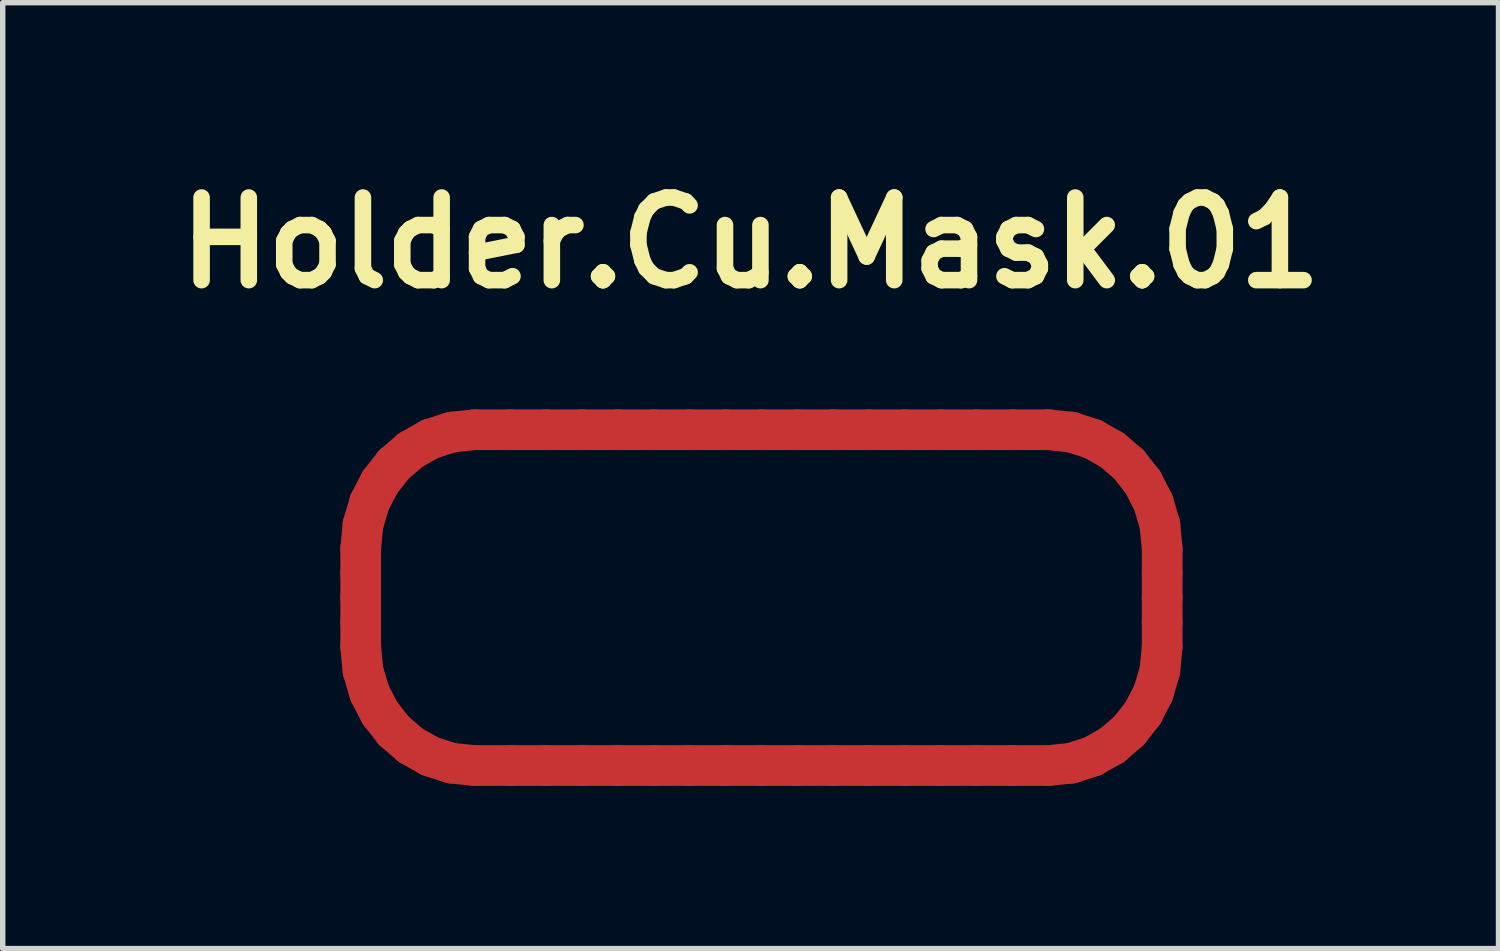
<source format=kicad_pcb>
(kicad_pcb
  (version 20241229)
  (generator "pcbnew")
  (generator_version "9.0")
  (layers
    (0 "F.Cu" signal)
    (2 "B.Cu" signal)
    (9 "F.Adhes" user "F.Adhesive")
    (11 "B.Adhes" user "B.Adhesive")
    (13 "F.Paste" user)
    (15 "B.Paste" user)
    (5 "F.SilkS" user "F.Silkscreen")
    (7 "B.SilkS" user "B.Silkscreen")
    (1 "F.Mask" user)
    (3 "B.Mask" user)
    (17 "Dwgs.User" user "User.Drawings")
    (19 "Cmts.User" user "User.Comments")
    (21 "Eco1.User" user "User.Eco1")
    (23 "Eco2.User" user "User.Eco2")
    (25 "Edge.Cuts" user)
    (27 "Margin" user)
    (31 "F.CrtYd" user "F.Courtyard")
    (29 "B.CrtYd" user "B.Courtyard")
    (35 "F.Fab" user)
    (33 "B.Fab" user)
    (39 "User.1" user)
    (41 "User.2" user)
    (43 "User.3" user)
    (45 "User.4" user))
  (footprint "Holder.Cu.Mask.01"
    (layer "F.Cu")
    (at 10.791 7.771)
    (property "Reference" "Holder.Cu.Mask.01" (at 0 -6.344 0) (layer "F.SilkS") (effects (font (size 1.524 1.524) (thickness 0.305))))
    (attr smd)
    (fp_line (start -7.19 -0.701) (end -7.148 -1.144) (stroke (width 0.75) (type solid)) (layer "F.Cu"))
    (fp_line (start -7.19 -0.25) (end -7.19 -0.701) (stroke (width 0.75) (type solid)) (layer "F.Cu"))
    (fp_line (start -7.19 0.2) (end -7.19 -0.25) (stroke (width 0.75) (type solid)) (layer "F.Cu"))
    (fp_line (start -7.19 0.65) (end -7.19 0.2) (stroke (width 0.75) (type solid)) (layer "F.Cu"))
    (fp_line (start -7.19 1.101) (end -7.19 0.65) (stroke (width 0.75) (type solid)) (layer "F.Cu"))
    (fp_line (start -7.148 -1.144) (end -7.026 -1.557) (stroke (width 0.75) (type solid)) (layer "F.Cu"))
    (fp_line (start -7.148 1.544) (end -7.19 1.101) (stroke (width 0.75) (type solid)) (layer "F.Cu"))
    (fp_line (start -7.026 -1.557) (end -6.833 -1.93) (stroke (width 0.75) (type solid)) (layer "F.Cu"))
    (fp_line (start -7.026 1.957) (end -7.148 1.544) (stroke (width 0.75) (type solid)) (layer "F.Cu"))
    (fp_line (start -6.833 -1.93) (end -6.577 -2.255) (stroke (width 0.75) (type solid)) (layer "F.Cu"))
    (fp_line (start -6.833 2.33) (end -7.026 1.957) (stroke (width 0.75) (type solid)) (layer "F.Cu"))
    (fp_line (start -6.577 -2.255) (end -6.267 -2.522) (stroke (width 0.75) (type solid)) (layer "F.Cu"))
    (fp_line (start -6.577 2.655) (end -6.833 2.33) (stroke (width 0.75) (type solid)) (layer "F.Cu"))
    (fp_line (start -6.267 -2.522) (end -5.911 -2.724) (stroke (width 0.75) (type solid)) (layer "F.Cu"))
    (fp_line (start -6.267 2.922) (end -6.577 2.655) (stroke (width 0.75) (type solid)) (layer "F.Cu"))
    (fp_line (start -5.911 -2.724) (end -5.517 -2.852) (stroke (width 0.75) (type solid)) (layer "F.Cu"))
    (fp_line (start -5.911 3.124) (end -6.267 2.922) (stroke (width 0.75) (type solid)) (layer "F.Cu"))
    (fp_line (start -5.517 -2.852) (end -5.094 -2.896) (stroke (width 0.75) (type solid)) (layer "F.Cu"))
    (fp_line (start -5.517 3.252) (end -5.911 3.124) (stroke (width 0.75) (type solid)) (layer "F.Cu"))
    (fp_line (start -5.094 -2.896) (end -4.432 -2.896) (stroke (width 0.75) (type solid)) (layer "F.Cu"))
    (fp_line (start -5.094 3.296) (end -5.517 3.252) (stroke (width 0.75) (type solid)) (layer "F.Cu"))
    (fp_line (start -4.432 -2.896) (end -3.77 -2.896) (stroke (width 0.75) (type solid)) (layer "F.Cu"))
    (fp_line (start -4.432 3.296) (end -5.094 3.296) (stroke (width 0.75) (type solid)) (layer "F.Cu"))
    (fp_line (start -3.77 -2.896) (end -3.109 -2.896) (stroke (width 0.75) (type solid)) (layer "F.Cu"))
    (fp_line (start -3.77 3.296) (end -4.432 3.296) (stroke (width 0.75) (type solid)) (layer "F.Cu"))
    (fp_line (start -3.109 -2.896) (end -2.447 -2.896) (stroke (width 0.75) (type solid)) (layer "F.Cu"))
    (fp_line (start -3.109 3.296) (end -3.77 3.296) (stroke (width 0.75) (type solid)) (layer "F.Cu"))
    (fp_line (start -2.447 -2.896) (end -1.785 -2.896) (stroke (width 0.75) (type solid)) (layer "F.Cu"))
    (fp_line (start -2.447 3.296) (end -3.109 3.296) (stroke (width 0.75) (type solid)) (layer "F.Cu"))
    (fp_line (start -1.785 -2.896) (end -1.124 -2.896) (stroke (width 0.75) (type solid)) (layer "F.Cu"))
    (fp_line (start -1.785 3.296) (end -2.447 3.296) (stroke (width 0.75) (type solid)) (layer "F.Cu"))
    (fp_line (start -1.124 -2.896) (end -0.462 -2.896) (stroke (width 0.75) (type solid)) (layer "F.Cu"))
    (fp_line (start -1.123 3.296) (end -1.785 3.296) (stroke (width 0.75) (type solid)) (layer "F.Cu"))
    (fp_line (start -0.462 -2.896) (end 0.2 -2.896) (stroke (width 0.75) (type solid)) (layer "F.Cu"))
    (fp_line (start -0.462 3.296) (end -1.123 3.296) (stroke (width 0.75) (type solid)) (layer "F.Cu"))
    (fp_line (start 0.2 -2.896) (end 0.862 -2.896) (stroke (width 0.75) (type solid)) (layer "F.Cu"))
    (fp_line (start 0.2 3.296) (end -0.462 3.296) (stroke (width 0.75) (type solid)) (layer "F.Cu"))
    (fp_line (start 0.862 -2.896) (end 1.523 -2.896) (stroke (width 0.75) (type solid)) (layer "F.Cu"))
    (fp_line (start 0.862 3.296) (end 0.2 3.296) (stroke (width 0.75) (type solid)) (layer "F.Cu"))
    (fp_line (start 1.523 -2.896) (end 2.185 -2.896) (stroke (width 0.75) (type solid)) (layer "F.Cu"))
    (fp_line (start 1.524 3.296) (end 0.862 3.296) (stroke (width 0.75) (type solid)) (layer "F.Cu"))
    (fp_line (start 2.185 -2.896) (end 2.847 -2.896) (stroke (width 0.75) (type solid)) (layer "F.Cu"))
    (fp_line (start 2.185 3.296) (end 1.524 3.296) (stroke (width 0.75) (type solid)) (layer "F.Cu"))
    (fp_line (start 2.847 -2.896) (end 3.509 -2.896) (stroke (width 0.75) (type solid)) (layer "F.Cu"))
    (fp_line (start 2.847 3.296) (end 2.185 3.296) (stroke (width 0.75) (type solid)) (layer "F.Cu"))
    (fp_line (start 3.509 -2.896) (end 4.17 -2.896) (stroke (width 0.75) (type solid)) (layer "F.Cu"))
    (fp_line (start 3.509 3.296) (end 2.847 3.296) (stroke (width 0.75) (type solid)) (layer "F.Cu"))
    (fp_line (start 4.17 -2.896) (end 4.832 -2.896) (stroke (width 0.75) (type solid)) (layer "F.Cu"))
    (fp_line (start 4.17 3.296) (end 3.509 3.296) (stroke (width 0.75) (type solid)) (layer "F.Cu"))
    (fp_line (start 4.832 -2.896) (end 5.494 -2.896) (stroke (width 0.75) (type solid)) (layer "F.Cu"))
    (fp_line (start 4.832 3.296) (end 4.17 3.296) (stroke (width 0.75) (type solid)) (layer "F.Cu"))
    (fp_line (start 5.494 -2.896) (end 5.917 -2.852) (stroke (width 0.75) (type solid)) (layer "F.Cu"))
    (fp_line (start 5.494 3.296) (end 4.832 3.296) (stroke (width 0.75) (type solid)) (layer "F.Cu"))
    (fp_line (start 5.917 -2.852) (end 6.311 -2.724) (stroke (width 0.75) (type solid)) (layer "F.Cu"))
    (fp_line (start 5.917 3.252) (end 5.494 3.296) (stroke (width 0.75) (type solid)) (layer "F.Cu"))
    (fp_line (start 6.311 -2.724) (end 6.667 -2.522) (stroke (width 0.75) (type solid)) (layer "F.Cu"))
    (fp_line (start 6.311 3.124) (end 5.917 3.252) (stroke (width 0.75) (type solid)) (layer "F.Cu"))
    (fp_line (start 6.667 -2.522) (end 6.977 -2.255) (stroke (width 0.75) (type solid)) (layer "F.Cu"))
    (fp_line (start 6.667 2.922) (end 6.311 3.124) (stroke (width 0.75) (type solid)) (layer "F.Cu"))
    (fp_line (start 6.977 -2.255) (end 7.233 -1.93) (stroke (width 0.75) (type solid)) (layer "F.Cu"))
    (fp_line (start 6.977 2.655) (end 6.667 2.922) (stroke (width 0.75) (type solid)) (layer "F.Cu"))
    (fp_line (start 7.233 -1.93) (end 7.426 -1.557) (stroke (width 0.75) (type solid)) (layer "F.Cu"))
    (fp_line (start 7.233 2.33) (end 6.977 2.655) (stroke (width 0.75) (type solid)) (layer "F.Cu"))
    (fp_line (start 7.426 -1.557) (end 7.548 -1.144) (stroke (width 0.75) (type solid)) (layer "F.Cu"))
    (fp_line (start 7.426 1.957) (end 7.233 2.33) (stroke (width 0.75) (type solid)) (layer "F.Cu"))
    (fp_line (start 7.548 -1.144) (end 7.59 -0.701) (stroke (width 0.75) (type solid)) (layer "F.Cu"))
    (fp_line (start 7.548 1.544) (end 7.426 1.957) (stroke (width 0.75) (type solid)) (layer "F.Cu"))
    (fp_line (start 7.59 -0.701) (end 7.59 -0.25) (stroke (width 0.75) (type solid)) (layer "F.Cu"))
    (fp_line (start 7.59 -0.25) (end 7.59 0.2) (stroke (width 0.75) (type solid)) (layer "F.Cu"))
    (fp_line (start 7.59 0.2) (end 7.59 0.65) (stroke (width 0.75) (type solid)) (layer "F.Cu"))
    (fp_line (start 7.59 0.65) (end 7.59 1.101) (stroke (width 0.75) (type solid)) (layer "F.Cu"))
    (fp_line (start 7.59 1.101) (end 7.548 1.544) (stroke (width 0.75) (type solid)) (layer "F.Cu"))
    (fp_line (start -7.19 -0.701) (end -7.148 -1.144) (stroke (width 0.75) (type solid)) (layer "F.Mask"))
    (fp_line (start -7.19 -0.25) (end -7.19 -0.701) (stroke (width 0.75) (type solid)) (layer "F.Mask"))
    (fp_line (start -7.19 0.2) (end -7.19 -0.25) (stroke (width 0.75) (type solid)) (layer "F.Mask"))
    (fp_line (start -7.19 0.65) (end -7.19 0.2) (stroke (width 0.75) (type solid)) (layer "F.Mask"))
    (fp_line (start -7.19 1.101) (end -7.19 0.65) (stroke (width 0.75) (type solid)) (layer "F.Mask"))
    (fp_line (start -7.148 -1.144) (end -7.026 -1.557) (stroke (width 0.75) (type solid)) (layer "F.Mask"))
    (fp_line (start -7.148 1.544) (end -7.19 1.101) (stroke (width 0.75) (type solid)) (layer "F.Mask"))
    (fp_line (start -7.026 -1.557) (end -6.833 -1.93) (stroke (width 0.75) (type solid)) (layer "F.Mask"))
    (fp_line (start -7.026 1.957) (end -7.148 1.544) (stroke (width 0.75) (type solid)) (layer "F.Mask"))
    (fp_line (start -6.833 -1.93) (end -6.577 -2.255) (stroke (width 0.75) (type solid)) (layer "F.Mask"))
    (fp_line (start -6.833 2.33) (end -7.026 1.957) (stroke (width 0.75) (type solid)) (layer "F.Mask"))
    (fp_line (start -6.577 -2.255) (end -6.267 -2.522) (stroke (width 0.75) (type solid)) (layer "F.Mask"))
    (fp_line (start -6.577 2.655) (end -6.833 2.33) (stroke (width 0.75) (type solid)) (layer "F.Mask"))
    (fp_line (start -6.267 -2.522) (end -5.911 -2.724) (stroke (width 0.75) (type solid)) (layer "F.Mask"))
    (fp_line (start -6.267 2.922) (end -6.577 2.655) (stroke (width 0.75) (type solid)) (layer "F.Mask"))
    (fp_line (start -5.911 -2.724) (end -5.517 -2.852) (stroke (width 0.75) (type solid)) (layer "F.Mask"))
    (fp_line (start -5.911 3.124) (end -6.267 2.922) (stroke (width 0.75) (type solid)) (layer "F.Mask"))
    (fp_line (start -5.517 -2.852) (end -5.094 -2.896) (stroke (width 0.75) (type solid)) (layer "F.Mask"))
    (fp_line (start -5.517 3.252) (end -5.911 3.124) (stroke (width 0.75) (type solid)) (layer "F.Mask"))
    (fp_line (start -5.094 -2.896) (end -4.432 -2.896) (stroke (width 0.75) (type solid)) (layer "F.Mask"))
    (fp_line (start -5.094 3.296) (end -5.517 3.252) (stroke (width 0.75) (type solid)) (layer "F.Mask"))
    (fp_line (start -4.432 -2.896) (end -3.77 -2.896) (stroke (width 0.75) (type solid)) (layer "F.Mask"))
    (fp_line (start -4.432 3.296) (end -5.094 3.296) (stroke (width 0.75) (type solid)) (layer "F.Mask"))
    (fp_line (start -3.77 -2.896) (end -3.109 -2.896) (stroke (width 0.75) (type solid)) (layer "F.Mask"))
    (fp_line (start -3.77 3.296) (end -4.432 3.296) (stroke (width 0.75) (type solid)) (layer "F.Mask"))
    (fp_line (start -3.109 -2.896) (end -2.447 -2.896) (stroke (width 0.75) (type solid)) (layer "F.Mask"))
    (fp_line (start -3.109 3.296) (end -3.77 3.296) (stroke (width 0.75) (type solid)) (layer "F.Mask"))
    (fp_line (start -2.447 -2.896) (end -1.785 -2.896) (stroke (width 0.75) (type solid)) (layer "F.Mask"))
    (fp_line (start -2.447 3.296) (end -3.109 3.296) (stroke (width 0.75) (type solid)) (layer "F.Mask"))
    (fp_line (start -1.785 -2.896) (end -1.124 -2.896) (stroke (width 0.75) (type solid)) (layer "F.Mask"))
    (fp_line (start -1.785 3.296) (end -2.447 3.296) (stroke (width 0.75) (type solid)) (layer "F.Mask"))
    (fp_line (start -1.124 -2.896) (end -0.462 -2.896) (stroke (width 0.75) (type solid)) (layer "F.Mask"))
    (fp_line (start -1.123 3.296) (end -1.785 3.296) (stroke (width 0.75) (type solid)) (layer "F.Mask"))
    (fp_line (start -0.462 -2.896) (end 0.2 -2.896) (stroke (width 0.75) (type solid)) (layer "F.Mask"))
    (fp_line (start -0.462 3.296) (end -1.123 3.296) (stroke (width 0.75) (type solid)) (layer "F.Mask"))
    (fp_line (start 0.2 -2.896) (end 0.862 -2.896) (stroke (width 0.75) (type solid)) (layer "F.Mask"))
    (fp_line (start 0.2 3.296) (end -0.462 3.296) (stroke (width 0.75) (type solid)) (layer "F.Mask"))
    (fp_line (start 0.862 -2.896) (end 1.523 -2.896) (stroke (width 0.75) (type solid)) (layer "F.Mask"))
    (fp_line (start 0.862 3.296) (end 0.2 3.296) (stroke (width 0.75) (type solid)) (layer "F.Mask"))
    (fp_line (start 1.523 -2.896) (end 2.185 -2.896) (stroke (width 0.75) (type solid)) (layer "F.Mask"))
    (fp_line (start 1.524 3.296) (end 0.862 3.296) (stroke (width 0.75) (type solid)) (layer "F.Mask"))
    (fp_line (start 2.185 -2.896) (end 2.847 -2.896) (stroke (width 0.75) (type solid)) (layer "F.Mask"))
    (fp_line (start 2.185 3.296) (end 1.524 3.296) (stroke (width 0.75) (type solid)) (layer "F.Mask"))
    (fp_line (start 2.847 -2.896) (end 3.509 -2.896) (stroke (width 0.75) (type solid)) (layer "F.Mask"))
    (fp_line (start 2.847 3.296) (end 2.185 3.296) (stroke (width 0.75) (type solid)) (layer "F.Mask"))
    (fp_line (start 3.509 -2.896) (end 4.17 -2.896) (stroke (width 0.75) (type solid)) (layer "F.Mask"))
    (fp_line (start 3.509 3.296) (end 2.847 3.296) (stroke (width 0.75) (type solid)) (layer "F.Mask"))
    (fp_line (start 4.17 -2.896) (end 4.832 -2.896) (stroke (width 0.75) (type solid)) (layer "F.Mask"))
    (fp_line (start 4.17 3.296) (end 3.509 3.296) (stroke (width 0.75) (type solid)) (layer "F.Mask"))
    (fp_line (start 4.832 -2.896) (end 5.494 -2.896) (stroke (width 0.75) (type solid)) (layer "F.Mask"))
    (fp_line (start 4.832 3.296) (end 4.17 3.296) (stroke (width 0.75) (type solid)) (layer "F.Mask"))
    (fp_line (start 5.494 -2.896) (end 5.917 -2.852) (stroke (width 0.75) (type solid)) (layer "F.Mask"))
    (fp_line (start 5.494 3.296) (end 4.832 3.296) (stroke (width 0.75) (type solid)) (layer "F.Mask"))
    (fp_line (start 5.917 -2.852) (end 6.311 -2.724) (stroke (width 0.75) (type solid)) (layer "F.Mask"))
    (fp_line (start 5.917 3.252) (end 5.494 3.296) (stroke (width 0.75) (type solid)) (layer "F.Mask"))
    (fp_line (start 6.311 -2.724) (end 6.667 -2.522) (stroke (width 0.75) (type solid)) (layer "F.Mask"))
    (fp_line (start 6.311 3.124) (end 5.917 3.252) (stroke (width 0.75) (type solid)) (layer "F.Mask"))
    (fp_line (start 6.667 -2.522) (end 6.977 -2.255) (stroke (width 0.75) (type solid)) (layer "F.Mask"))
    (fp_line (start 6.667 2.922) (end 6.311 3.124) (stroke (width 0.75) (type solid)) (layer "F.Mask"))
    (fp_line (start 6.977 -2.255) (end 7.233 -1.93) (stroke (width 0.75) (type solid)) (layer "F.Mask"))
    (fp_line (start 6.977 2.655) (end 6.667 2.922) (stroke (width 0.75) (type solid)) (layer "F.Mask"))
    (fp_line (start 7.233 -1.93) (end 7.426 -1.557) (stroke (width 0.75) (type solid)) (layer "F.Mask"))
    (fp_line (start 7.233 2.33) (end 6.977 2.655) (stroke (width 0.75) (type solid)) (layer "F.Mask"))
    (fp_line (start 7.426 -1.557) (end 7.548 -1.144) (stroke (width 0.75) (type solid)) (layer "F.Mask"))
    (fp_line (start 7.426 1.957) (end 7.233 2.33) (stroke (width 0.75) (type solid)) (layer "F.Mask"))
    (fp_line (start 7.548 -1.144) (end 7.59 -0.701) (stroke (width 0.75) (type solid)) (layer "F.Mask"))
    (fp_line (start 7.548 1.544) (end 7.426 1.957) (stroke (width 0.75) (type solid)) (layer "F.Mask"))
    (fp_line (start 7.59 -0.701) (end 7.59 -0.25) (stroke (width 0.75) (type solid)) (layer "F.Mask"))
    (fp_line (start 7.59 -0.25) (end 7.59 0.2) (stroke (width 0.75) (type solid)) (layer "F.Mask"))
    (fp_line (start 7.59 0.2) (end 7.59 0.65) (stroke (width 0.75) (type solid)) (layer "F.Mask"))
    (fp_line (start 7.59 0.65) (end 7.59 1.101) (stroke (width 0.75) (type solid)) (layer "F.Mask"))
    (fp_line (start 7.59 1.101) (end 7.548 1.544) (stroke (width 0.75) (type solid)) (layer "F.Mask")))
  (gr_rect
    (start -3 -3)
    (end 24.583 14.442)
    (stroke (width 0.1) (type default))
    (fill no)
    (layer "Edge.Cuts")))
</source>
